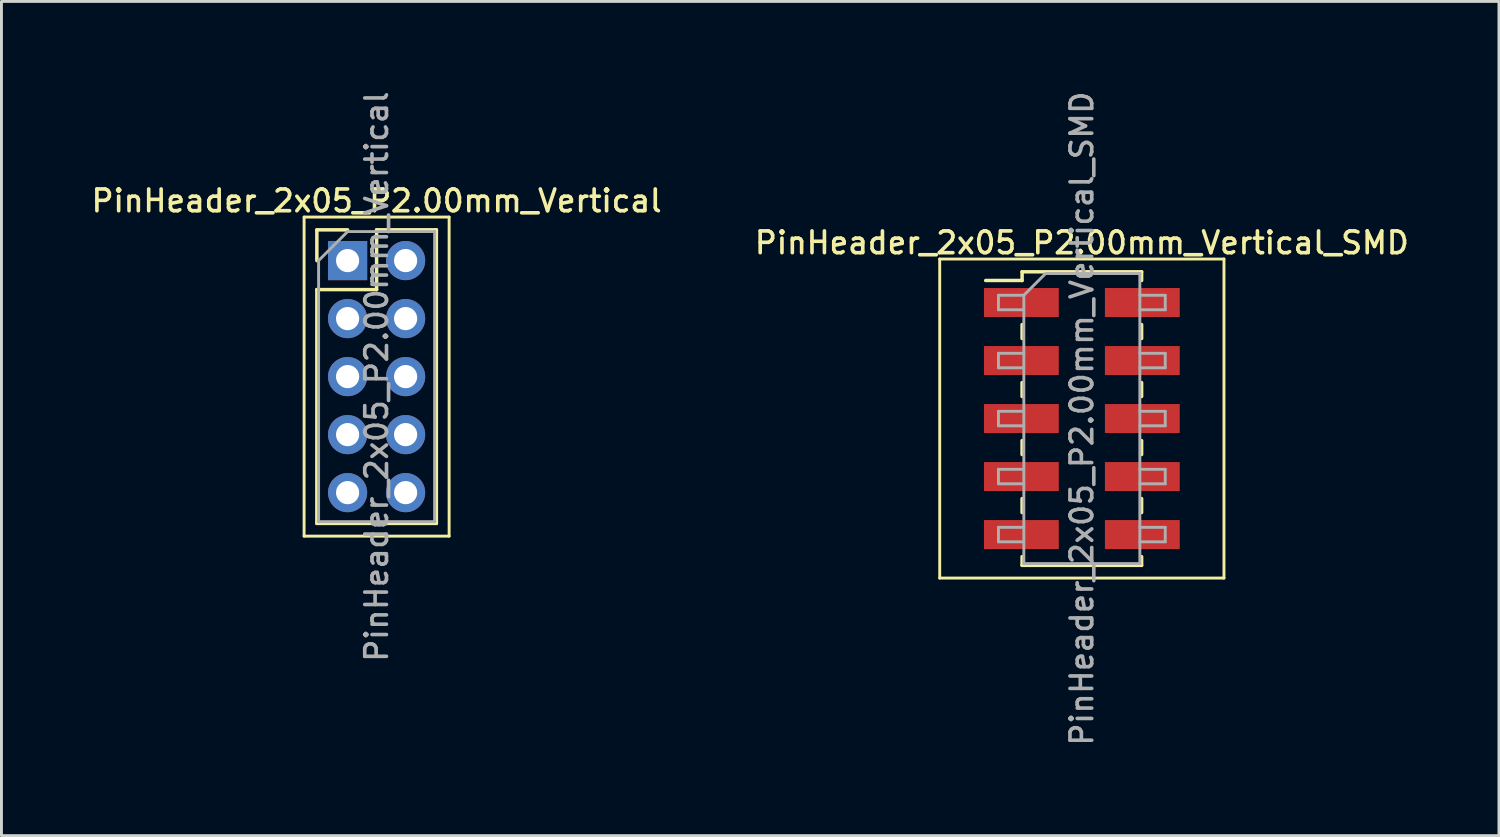
<source format=kicad_pcb>
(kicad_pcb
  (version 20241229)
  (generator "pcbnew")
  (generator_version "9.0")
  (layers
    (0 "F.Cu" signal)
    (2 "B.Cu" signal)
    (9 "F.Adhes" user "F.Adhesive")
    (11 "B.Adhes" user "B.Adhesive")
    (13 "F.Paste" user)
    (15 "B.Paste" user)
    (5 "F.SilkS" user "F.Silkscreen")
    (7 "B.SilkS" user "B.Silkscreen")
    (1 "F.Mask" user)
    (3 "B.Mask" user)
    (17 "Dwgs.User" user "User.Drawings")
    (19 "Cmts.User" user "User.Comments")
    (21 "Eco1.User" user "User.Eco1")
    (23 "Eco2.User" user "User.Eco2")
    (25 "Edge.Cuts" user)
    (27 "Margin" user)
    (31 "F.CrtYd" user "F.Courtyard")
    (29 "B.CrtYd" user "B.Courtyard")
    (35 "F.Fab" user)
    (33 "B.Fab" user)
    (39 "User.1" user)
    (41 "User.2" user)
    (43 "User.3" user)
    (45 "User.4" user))
  (footprint "PinHeader_2x05_P2.00mm_Vertical_SMD"
    (layer "F.Cu")
    (at 34.248 11.38)
    (property "Reference" "PinHeader_2x05_P2.00mm_Vertical_SMD" (at 0 -6.06 0) (layer "F.SilkS") (effects (font (size 0.75 0.75) (thickness 0.125))))
    (attr smd)
    (fp_line (start -4.9 -5.5) (end -4.9 5.5) (stroke (width 0.1) (type solid)) (layer "F.SilkS"))
    (fp_line (start -4.9 5.5) (end 4.9 5.5) (stroke (width 0.1) (type solid)) (layer "F.SilkS"))
    (fp_line (start -3.315 -4.76) (end -2.06 -4.76) (stroke (width 0.12) (type solid)) (layer "F.SilkS"))
    (fp_line (start -2.06 -5.06) (end -2.06 -4.76) (stroke (width 0.12) (type solid)) (layer "F.SilkS"))
    (fp_line (start -2.06 -5.06) (end 2.06 -5.06) (stroke (width 0.12) (type solid)) (layer "F.SilkS"))
    (fp_line (start -2.06 -3.24) (end -2.06 -2.76) (stroke (width 0.12) (type solid)) (layer "F.SilkS"))
    (fp_line (start -2.06 -1.24) (end -2.06 -0.76) (stroke (width 0.12) (type solid)) (layer "F.SilkS"))
    (fp_line (start -2.06 0.76) (end -2.06 1.24) (stroke (width 0.12) (type solid)) (layer "F.SilkS"))
    (fp_line (start -2.06 2.76) (end -2.06 3.24) (stroke (width 0.12) (type solid)) (layer "F.SilkS"))
    (fp_line (start -2.06 4.76) (end -2.06 5.06) (stroke (width 0.12) (type solid)) (layer "F.SilkS"))
    (fp_line (start -2.06 5.06) (end 2.06 5.06) (stroke (width 0.12) (type solid)) (layer "F.SilkS"))
    (fp_line (start 2.06 -5.06) (end 2.06 -4.76) (stroke (width 0.12) (type solid)) (layer "F.SilkS"))
    (fp_line (start 2.06 -3.24) (end 2.06 -2.76) (stroke (width 0.12) (type solid)) (layer "F.SilkS"))
    (fp_line (start 2.06 -1.24) (end 2.06 -0.76) (stroke (width 0.12) (type solid)) (layer "F.SilkS"))
    (fp_line (start 2.06 0.76) (end 2.06 1.24) (stroke (width 0.12) (type solid)) (layer "F.SilkS"))
    (fp_line (start 2.06 2.76) (end 2.06 3.24) (stroke (width 0.12) (type solid)) (layer "F.SilkS"))
    (fp_line (start 2.06 4.76) (end 2.06 5.06) (stroke (width 0.12) (type solid)) (layer "F.SilkS"))
    (fp_line (start 4.9 -5.5) (end -4.9 -5.5) (stroke (width 0.1) (type solid)) (layer "F.SilkS"))
    (fp_line (start 4.9 5.5) (end 4.9 -5.5) (stroke (width 0.1) (type solid)) (layer "F.SilkS"))
    (fp_line (start -2.875 -4.25) (end -2.875 -3.75) (stroke (width 0.1) (type solid)) (layer "F.Fab"))
    (fp_line (start -2.875 -3.75) (end -2 -3.75) (stroke (width 0.1) (type solid)) (layer "F.Fab"))
    (fp_line (start -2.875 -2.25) (end -2.875 -1.75) (stroke (width 0.1) (type solid)) (layer "F.Fab"))
    (fp_line (start -2.875 -1.75) (end -2 -1.75) (stroke (width 0.1) (type solid)) (layer "F.Fab"))
    (fp_line (start -2.875 -0.25) (end -2.875 0.25) (stroke (width 0.1) (type solid)) (layer "F.Fab"))
    (fp_line (start -2.875 0.25) (end -2 0.25) (stroke (width 0.1) (type solid)) (layer "F.Fab"))
    (fp_line (start -2.875 1.75) (end -2.875 2.25) (stroke (width 0.1) (type solid)) (layer "F.Fab"))
    (fp_line (start -2.875 2.25) (end -2 2.25) (stroke (width 0.1) (type solid)) (layer "F.Fab"))
    (fp_line (start -2.875 3.75) (end -2.875 4.25) (stroke (width 0.1) (type solid)) (layer "F.Fab"))
    (fp_line (start -2.875 4.25) (end -2 4.25) (stroke (width 0.1) (type solid)) (layer "F.Fab"))
    (fp_line (start -2 -4.25) (end -2.875 -4.25) (stroke (width 0.1) (type solid)) (layer "F.Fab"))
    (fp_line (start -2 -4.25) (end -1.25 -5) (stroke (width 0.1) (type solid)) (layer "F.Fab"))
    (fp_line (start -2 -2.25) (end -2.875 -2.25) (stroke (width 0.1) (type solid)) (layer "F.Fab"))
    (fp_line (start -2 -0.25) (end -2.875 -0.25) (stroke (width 0.1) (type solid)) (layer "F.Fab"))
    (fp_line (start -2 1.75) (end -2.875 1.75) (stroke (width 0.1) (type solid)) (layer "F.Fab"))
    (fp_line (start -2 3.75) (end -2.875 3.75) (stroke (width 0.1) (type solid)) (layer "F.Fab"))
    (fp_line (start -2 5) (end -2 -4.25) (stroke (width 0.1) (type solid)) (layer "F.Fab"))
    (fp_line (start -1.25 -5) (end 2 -5) (stroke (width 0.1) (type solid)) (layer "F.Fab"))
    (fp_line (start 2 -5) (end 2 5) (stroke (width 0.1) (type solid)) (layer "F.Fab"))
    (fp_line (start 2 -4.25) (end 2.875 -4.25) (stroke (width 0.1) (type solid)) (layer "F.Fab"))
    (fp_line (start 2 -2.25) (end 2.875 -2.25) (stroke (width 0.1) (type solid)) (layer "F.Fab"))
    (fp_line (start 2 -0.25) (end 2.875 -0.25) (stroke (width 0.1) (type solid)) (layer "F.Fab"))
    (fp_line (start 2 1.75) (end 2.875 1.75) (stroke (width 0.1) (type solid)) (layer "F.Fab"))
    (fp_line (start 2 3.75) (end 2.875 3.75) (stroke (width 0.1) (type solid)) (layer "F.Fab"))
    (fp_line (start 2 5) (end -2 5) (stroke (width 0.1) (type solid)) (layer "F.Fab"))
    (fp_line (start 2.875 -4.25) (end 2.875 -3.75) (stroke (width 0.1) (type solid)) (layer "F.Fab"))
    (fp_line (start 2.875 -3.75) (end 2 -3.75) (stroke (width 0.1) (type solid)) (layer "F.Fab"))
    (fp_line (start 2.875 -2.25) (end 2.875 -1.75) (stroke (width 0.1) (type solid)) (layer "F.Fab"))
    (fp_line (start 2.875 -1.75) (end 2 -1.75) (stroke (width 0.1) (type solid)) (layer "F.Fab"))
    (fp_line (start 2.875 -0.25) (end 2.875 0.25) (stroke (width 0.1) (type solid)) (layer "F.Fab"))
    (fp_line (start 2.875 0.25) (end 2 0.25) (stroke (width 0.1) (type solid)) (layer "F.Fab"))
    (fp_line (start 2.875 1.75) (end 2.875 2.25) (stroke (width 0.1) (type solid)) (layer "F.Fab"))
    (fp_line (start 2.875 2.25) (end 2 2.25) (stroke (width 0.1) (type solid)) (layer "F.Fab"))
    (fp_line (start 2.875 3.75) (end 2.875 4.25) (stroke (width 0.1) (type solid)) (layer "F.Fab"))
    (fp_line (start 2.875 4.25) (end 2 4.25) (stroke (width 0.1) (type solid)) (layer "F.Fab"))
    (fp_text user "${REFERENCE}" (at 0 0 90) (layer "F.Fab") (effects (font (size 0.75 0.75) (thickness 0.125))))
    (pad "1" smd rect (at -2.085 -4) (size 2.58 1) (layers "F.Cu" "F.Mask" "F.Paste"))
    (pad "2" smd rect (at 2.085 -4) (size 2.58 1) (layers "F.Cu" "F.Mask" "F.Paste"))
    (pad "3" smd rect (at -2.085 -2) (size 2.58 1) (layers "F.Cu" "F.Mask" "F.Paste"))
    (pad "4" smd rect (at 2.085 -2) (size 2.58 1) (layers "F.Cu" "F.Mask" "F.Paste"))
    (pad "5" smd rect (at -2.085 0) (size 2.58 1) (layers "F.Cu" "F.Mask" "F.Paste"))
    (pad "6" smd rect (at 2.085 0) (size 2.58 1) (layers "F.Cu" "F.Mask" "F.Paste"))
    (pad "7" smd rect (at -2.085 2) (size 2.58 1) (layers "F.Cu" "F.Mask" "F.Paste"))
    (pad "8" smd rect (at 2.085 2) (size 2.58 1) (layers "F.Cu" "F.Mask" "F.Paste"))
    (pad "9" smd rect (at -2.085 4) (size 2.58 1) (layers "F.Cu" "F.Mask" "F.Paste"))
    (pad "10" smd rect (at 2.085 4) (size 2.58 1) (layers "F.Cu" "F.Mask" "F.Paste")))
  (footprint "PinHeader_2x05_P2.00mm_Vertical"
    (layer "F.Cu")
    (at 8.934 5.934)
    (property "Reference" "PinHeader_2x05_P2.00mm_Vertical" (at 1 -2.06 0) (layer "F.SilkS") (effects (font (size 0.75 0.75) (thickness 0.125))))
    (attr through_hole)
    (fp_line (start -1.5 -1.5) (end -1.5 9.5) (stroke (width 0.1) (type solid)) (layer "F.SilkS"))
    (fp_line (start -1.5 9.5) (end 3.5 9.5) (stroke (width 0.1) (type solid)) (layer "F.SilkS"))
    (fp_line (start -1.06 -1.06) (end 0 -1.06) (stroke (width 0.12) (type solid)) (layer "F.SilkS"))
    (fp_line (start -1.06 0) (end -1.06 -1.06) (stroke (width 0.12) (type solid)) (layer "F.SilkS"))
    (fp_line (start -1.06 1) (end -1.06 9.06) (stroke (width 0.12) (type solid)) (layer "F.SilkS"))
    (fp_line (start -1.06 1) (end 1 1) (stroke (width 0.12) (type solid)) (layer "F.SilkS"))
    (fp_line (start -1.06 9.06) (end 3.06 9.06) (stroke (width 0.12) (type solid)) (layer "F.SilkS"))
    (fp_line (start 1 -1.06) (end 3.06 -1.06) (stroke (width 0.12) (type solid)) (layer "F.SilkS"))
    (fp_line (start 1 1) (end 1 -1.06) (stroke (width 0.12) (type solid)) (layer "F.SilkS"))
    (fp_line (start 3.06 -1.06) (end 3.06 9.06) (stroke (width 0.12) (type solid)) (layer "F.SilkS"))
    (fp_line (start 3.5 -1.5) (end -1.5 -1.5) (stroke (width 0.1) (type solid)) (layer "F.SilkS"))
    (fp_line (start 3.5 9.5) (end 3.5 -1.5) (stroke (width 0.1) (type solid)) (layer "F.SilkS"))
    (fp_line (start -1 0) (end 0 -1) (stroke (width 0.1) (type solid)) (layer "F.Fab"))
    (fp_line (start -1 9) (end -1 0) (stroke (width 0.1) (type solid)) (layer "F.Fab"))
    (fp_line (start 0 -1) (end 3 -1) (stroke (width 0.1) (type solid)) (layer "F.Fab"))
    (fp_line (start 3 -1) (end 3 9) (stroke (width 0.1) (type solid)) (layer "F.Fab"))
    (fp_line (start 3 9) (end -1 9) (stroke (width 0.1) (type solid)) (layer "F.Fab"))
    (fp_text user "${REFERENCE}" (at 1 4 90) (layer "F.Fab") (effects (font (size 0.75 0.75) (thickness 0.125))))
    (pad "1" thru_hole rect (at 0 0) (size 1.35 1.35) (drill 0.8) (layers "*.Cu" "*.Mask"))
    (pad "2" thru_hole oval (at 2 0) (size 1.35 1.35) (drill 0.8) (layers "*.Cu" "*.Mask"))
    (pad "3" thru_hole oval (at 0 2) (size 1.35 1.35) (drill 0.8) (layers "*.Cu" "*.Mask"))
    (pad "4" thru_hole oval (at 2 2) (size 1.35 1.35) (drill 0.8) (layers "*.Cu" "*.Mask"))
    (pad "5" thru_hole oval (at 0 4) (size 1.35 1.35) (drill 0.8) (layers "*.Cu" "*.Mask"))
    (pad "6" thru_hole oval (at 2 4) (size 1.35 1.35) (drill 0.8) (layers "*.Cu" "*.Mask"))
    (pad "7" thru_hole oval (at 0 6) (size 1.35 1.35) (drill 0.8) (layers "*.Cu" "*.Mask"))
    (pad "8" thru_hole oval (at 2 6) (size 1.35 1.35) (drill 0.8) (layers "*.Cu" "*.Mask"))
    (pad "9" thru_hole oval (at 0 8) (size 1.35 1.35) (drill 0.8) (layers "*.Cu" "*.Mask"))
    (pad "10" thru_hole oval (at 2 8) (size 1.35 1.35) (drill 0.8) (layers "*.Cu" "*.Mask")))
  (gr_rect
    (start -3 -3)
    (end 48.629 25.761)
    (stroke (width 0.1) (type default))
    (fill no)
    (layer "Edge.Cuts")))
</source>
